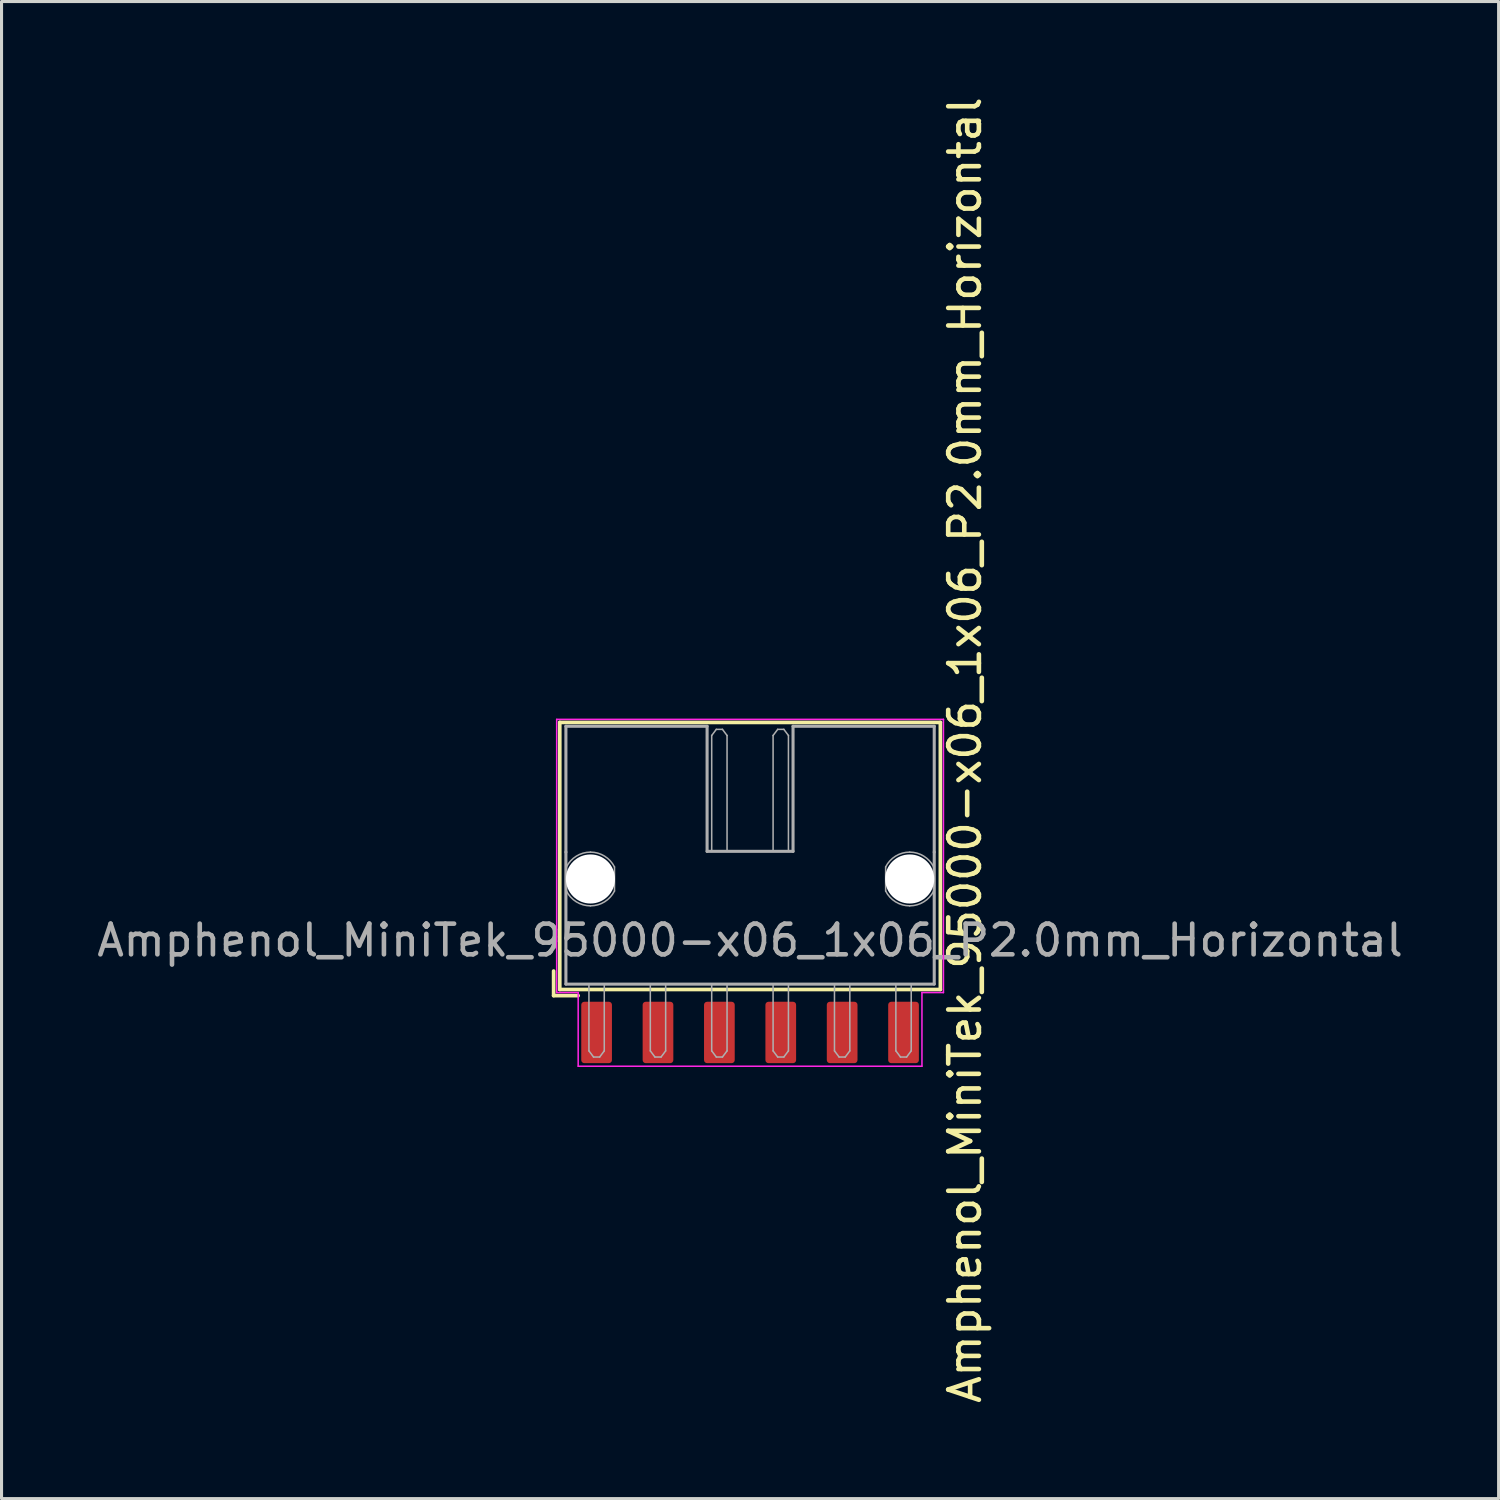
<source format=kicad_pcb>
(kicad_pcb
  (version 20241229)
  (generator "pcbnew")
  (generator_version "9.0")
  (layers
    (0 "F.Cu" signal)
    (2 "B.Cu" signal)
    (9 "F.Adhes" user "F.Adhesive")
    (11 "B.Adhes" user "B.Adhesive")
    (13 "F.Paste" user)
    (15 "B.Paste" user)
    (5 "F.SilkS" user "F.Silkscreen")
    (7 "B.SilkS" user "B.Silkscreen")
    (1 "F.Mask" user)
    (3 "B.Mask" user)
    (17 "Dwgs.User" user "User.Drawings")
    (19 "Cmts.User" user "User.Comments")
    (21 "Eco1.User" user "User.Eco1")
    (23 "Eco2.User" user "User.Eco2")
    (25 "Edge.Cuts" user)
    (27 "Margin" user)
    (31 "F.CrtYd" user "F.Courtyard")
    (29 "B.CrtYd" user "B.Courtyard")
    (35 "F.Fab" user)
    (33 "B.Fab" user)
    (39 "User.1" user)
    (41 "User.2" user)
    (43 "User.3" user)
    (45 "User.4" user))
  (footprint "Amphenol_MiniTek_95000-x06_1x06_P2.0mm_Horizontal"
    (layer "F.Cu")
    (at 21.387 30.587)
    (property "Reference" "Amphenol_MiniTek_95000-x06_1x06_P2.0mm_Horizontal" (at 7 -9.2 90) (unlocked yes) (layer "F.SilkS") (effects (font (size 1 1) (thickness 0.15))))
    (attr smd)
    (fp_line (start -6.4 -2) (end -6.4 -1.2) (stroke (width 0.12) (type default)) (layer "F.SilkS"))
    (fp_line (start -6.4 -1.2) (end -5.6 -1.2) (stroke (width 0.12) (type default)) (layer "F.SilkS"))
    (fp_line (start -6.2 -10.1) (end -6.2 -1.4) (stroke (width 0.12) (type default)) (layer "F.SilkS"))
    (fp_line (start -6.2 -10.1) (end 6.2 -10.1) (stroke (width 0.12) (type default)) (layer "F.SilkS"))
    (fp_line (start -6.2 -1.4) (end 6.2 -1.4) (stroke (width 0.12) (type default)) (layer "F.SilkS"))
    (fp_line (start 6.2 -10.1) (end 6.2 -1.4) (stroke (width 0.12) (type default)) (layer "F.SilkS"))
    (fp_line (start -6.3 -10.2) (end -6.3 -1.3) (stroke (width 0.05) (type default)) (layer "F.CrtYd"))
    (fp_line (start -6.3 -1.3) (end -5.6 -1.3) (stroke (width 0.05) (type default)) (layer "F.CrtYd"))
    (fp_line (start -5.6 -1.3) (end -5.6 1.1) (stroke (width 0.05) (type default)) (layer "F.CrtYd"))
    (fp_line (start -5.6 1.1) (end 5.6 1.1) (stroke (width 0.05) (type default)) (layer "F.CrtYd"))
    (fp_line (start 5.6 -1.3) (end 5.6 1.1) (stroke (width 0.05) (type default)) (layer "F.CrtYd"))
    (fp_line (start 5.6 -1.3) (end 6.3 -1.3) (stroke (width 0.05) (type default)) (layer "F.CrtYd"))
    (fp_line (start 6.3 -10.2) (end -6.3 -10.2) (stroke (width 0.05) (type default)) (layer "F.CrtYd"))
    (fp_line (start 6.3 -10.2) (end 6.3 -1.3) (stroke (width 0.05) (type default)) (layer "F.CrtYd"))
    (fp_line (start -6 -9.975) (end -6 -5.875) (stroke (width 0.1) (type default)) (layer "F.Fab"))
    (fp_line (start -6 -9.975) (end -1.4 -9.975) (stroke (width 0.1) (type default)) (layer "F.Fab"))
    (fp_line (start -6 -5.875) (end -6 -1.575) (stroke (width 0.1) (type default)) (layer "F.Fab"))
    (fp_line (start -6 -1.575) (end 6 -1.575) (stroke (width 0.1) (type default)) (layer "F.Fab"))
    (fp_line (start -5.25 -1.575) (end -5.25 0.6) (stroke (width 0.05) (type default)) (layer "F.Fab"))
    (fp_line (start -5.1 0.8) (end -5.25 0.6) (stroke (width 0.05) (type default)) (layer "F.Fab"))
    (fp_line (start -4.9 0.8) (end -5.1 0.8) (stroke (width 0.05) (type default)) (layer "F.Fab"))
    (fp_line (start -4.75 -1.575) (end -4.75 0.6) (stroke (width 0.05) (type default)) (layer "F.Fab"))
    (fp_line (start -4.75 0.6) (end -4.9 0.8) (stroke (width 0.05) (type default)) (layer "F.Fab"))
    (fp_line (start -4.417 -5.391) (end -4.417 -4.609) (stroke (width 0.05) (type default)) (layer "F.Fab"))
    (fp_line (start -3.25 -1.575) (end -3.25 0.6) (stroke (width 0.05) (type default)) (layer "F.Fab"))
    (fp_line (start -3.1 0.8) (end -3.25 0.6) (stroke (width 0.05) (type default)) (layer "F.Fab"))
    (fp_line (start -2.9 0.8) (end -3.1 0.8) (stroke (width 0.05) (type default)) (layer "F.Fab"))
    (fp_line (start -2.75 -1.575) (end -2.75 0.6) (stroke (width 0.05) (type default)) (layer "F.Fab"))
    (fp_line (start -2.75 0.6) (end -2.9 0.8) (stroke (width 0.05) (type default)) (layer "F.Fab"))
    (fp_line (start -1.4 -9.975) (end -1.4 -5.9) (stroke (width 0.1) (type default)) (layer "F.Fab"))
    (fp_line (start -1.4 -5.9) (end 1.4 -5.9) (stroke (width 0.1) (type default)) (layer "F.Fab"))
    (fp_line (start -1.25 -9.675) (end -1.25 -5.9) (stroke (width 0.05) (type default)) (layer "F.Fab"))
    (fp_line (start -1.25 -9.675) (end -1.1 -9.875) (stroke (width 0.05) (type default)) (layer "F.Fab"))
    (fp_line (start -1.25 -1.575) (end -1.25 0.6) (stroke (width 0.05) (type default)) (layer "F.Fab"))
    (fp_line (start -1.1 -9.875) (end -0.9 -9.875) (stroke (width 0.05) (type default)) (layer "F.Fab"))
    (fp_line (start -1.1 0.8) (end -1.25 0.6) (stroke (width 0.05) (type default)) (layer "F.Fab"))
    (fp_line (start -0.9 -9.875) (end -0.75 -9.675) (stroke (width 0.05) (type default)) (layer "F.Fab"))
    (fp_line (start -0.9 0.8) (end -1.1 0.8) (stroke (width 0.05) (type default)) (layer "F.Fab"))
    (fp_line (start -0.75 -9.675) (end -0.75 -5.9) (stroke (width 0.05) (type default)) (layer "F.Fab"))
    (fp_line (start -0.75 -1.575) (end -0.75 0.6) (stroke (width 0.05) (type default)) (layer "F.Fab"))
    (fp_line (start -0.75 0.6) (end -0.9 0.8) (stroke (width 0.05) (type default)) (layer "F.Fab"))
    (fp_line (start 0.75 -9.675) (end 0.75 -5.9) (stroke (width 0.05) (type default)) (layer "F.Fab"))
    (fp_line (start 0.75 -9.675) (end 0.9 -9.875) (stroke (width 0.05) (type default)) (layer "F.Fab"))
    (fp_line (start 0.75 -1.575) (end 0.75 0.6) (stroke (width 0.05) (type default)) (layer "F.Fab"))
    (fp_line (start 0.9 -9.875) (end 1.1 -9.875) (stroke (width 0.05) (type default)) (layer "F.Fab"))
    (fp_line (start 0.9 0.8) (end 0.75 0.6) (stroke (width 0.05) (type default)) (layer "F.Fab"))
    (fp_line (start 1.1 -9.875) (end 1.25 -9.675) (stroke (width 0.05) (type default)) (layer "F.Fab"))
    (fp_line (start 1.1 0.8) (end 0.9 0.8) (stroke (width 0.05) (type default)) (layer "F.Fab"))
    (fp_line (start 1.25 -9.675) (end 1.25 -5.9) (stroke (width 0.05) (type default)) (layer "F.Fab"))
    (fp_line (start 1.25 -1.575) (end 1.25 0.6) (stroke (width 0.05) (type default)) (layer "F.Fab"))
    (fp_line (start 1.25 0.6) (end 1.1 0.8) (stroke (width 0.05) (type default)) (layer "F.Fab"))
    (fp_line (start 1.4 -9.975) (end 1.4 -5.9) (stroke (width 0.1) (type default)) (layer "F.Fab"))
    (fp_line (start 2.75 -1.575) (end 2.75 0.6) (stroke (width 0.05) (type default)) (layer "F.Fab"))
    (fp_line (start 2.9 0.8) (end 2.75 0.6) (stroke (width 0.05) (type default)) (layer "F.Fab"))
    (fp_line (start 3.1 0.8) (end 2.9 0.8) (stroke (width 0.05) (type default)) (layer "F.Fab"))
    (fp_line (start 3.25 -1.575) (end 3.25 0.6) (stroke (width 0.05) (type default)) (layer "F.Fab"))
    (fp_line (start 3.25 0.6) (end 3.1 0.8) (stroke (width 0.05) (type default)) (layer "F.Fab"))
    (fp_line (start 4.417 -4.609) (end 4.417 -5.391) (stroke (width 0.05) (type default)) (layer "F.Fab"))
    (fp_line (start 4.75 -1.575) (end 4.75 0.6) (stroke (width 0.05) (type default)) (layer "F.Fab"))
    (fp_line (start 4.9 0.8) (end 4.75 0.6) (stroke (width 0.05) (type default)) (layer "F.Fab"))
    (fp_line (start 5.1 0.8) (end 4.9 0.8) (stroke (width 0.05) (type default)) (layer "F.Fab"))
    (fp_line (start 5.25 -1.575) (end 5.25 0.6) (stroke (width 0.05) (type default)) (layer "F.Fab"))
    (fp_line (start 5.25 0.6) (end 5.1 0.8) (stroke (width 0.05) (type default)) (layer "F.Fab"))
    (fp_line (start 6 -9.975) (end 1.4 -9.975) (stroke (width 0.1) (type default)) (layer "F.Fab"))
    (fp_line (start 6 -9.975) (end 6 -5.875) (stroke (width 0.1) (type default)) (layer "F.Fab"))
    (fp_line (start 6 -5.875) (end 6 -1.575) (stroke (width 0.1) (type default)) (layer "F.Fab"))
    (fp_arc (start -5.982624 -5.391312) (mid -5.660015 -5.744319) (end -5.2 -5.875) (stroke (width 0.05) (type default)) (layer "F.Fab"))
    (fp_arc (start -5.2 -5.875001) (mid -4.739985 -5.744321) (end -4.417376 -5.391313) (stroke (width 0.05) (type default)) (layer "F.Fab"))
    (fp_arc (start -5.2 -4.124996) (mid -5.660015 -4.255677) (end -5.982624 -4.608684) (stroke (width 0.05) (type default)) (layer "F.Fab"))
    (fp_arc (start -4.417376 -4.608685) (mid -4.739986 -4.255678) (end -5.2 -4.124997) (stroke (width 0.05) (type default)) (layer "F.Fab"))
    (fp_arc (start 4.417376 -5.391315) (mid 4.739986 -5.744322) (end 5.2 -5.875003) (stroke (width 0.05) (type default)) (layer "F.Fab"))
    (fp_arc (start 5.2 -5.875004) (mid 5.660015 -5.744324) (end 5.982624 -5.391316) (stroke (width 0.05) (type default)) (layer "F.Fab"))
    (fp_arc (start 5.2 -4.124999) (mid 4.739985 -4.255679) (end 4.417376 -4.608687) (stroke (width 0.05) (type default)) (layer "F.Fab"))
    (fp_arc (start 5.982624 -4.608688) (mid 5.660015 -4.25568) (end 5.2 -4.125) (stroke (width 0.05) (type default)) (layer "F.Fab"))
    (fp_text user "${REFERENCE}" (at 0 -3 0) (unlocked yes) (layer "F.Fab") (effects (font (size 1 1) (thickness 0.15))))
    (pad "" np_thru_hole circle (at -5.2 -5) (size 1.6 1.6) (drill 1.6) (layers "*.Cu" "*.Mask"))
    (pad "" np_thru_hole circle (at 5.2 -5) (size 1.6 1.6) (drill 1.6) (layers "*.Cu" "*.Mask"))
    (pad "1" smd roundrect (at -5 0) (size 1 2) (layers "F.Cu" "F.Mask" "F.Paste") (roundrect_rratio 0.1))
    (pad "2" smd roundrect (at -3 0) (size 1 2) (layers "F.Cu" "F.Mask" "F.Paste") (roundrect_rratio 0.1))
    (pad "3" smd roundrect (at -1 0) (size 1 2) (layers "F.Cu" "F.Mask" "F.Paste") (roundrect_rratio 0.1))
    (pad "4" smd roundrect (at 1 0) (size 1 2) (layers "F.Cu" "F.Mask" "F.Paste") (roundrect_rratio 0.1))
    (pad "5" smd roundrect (at 3 0) (size 1 2) (layers "F.Cu" "F.Mask" "F.Paste") (roundrect_rratio 0.1))
    (pad "6" smd roundrect (at 5 0) (size 1 2) (layers "F.Cu" "F.Mask" "F.Paste") (roundrect_rratio 0.1)))
  (gr_rect
    (start -3 -3)
    (end 45.774 45.774)
    (stroke (width 0.1) (type default))
    (fill no)
    (layer "Edge.Cuts")))
</source>
